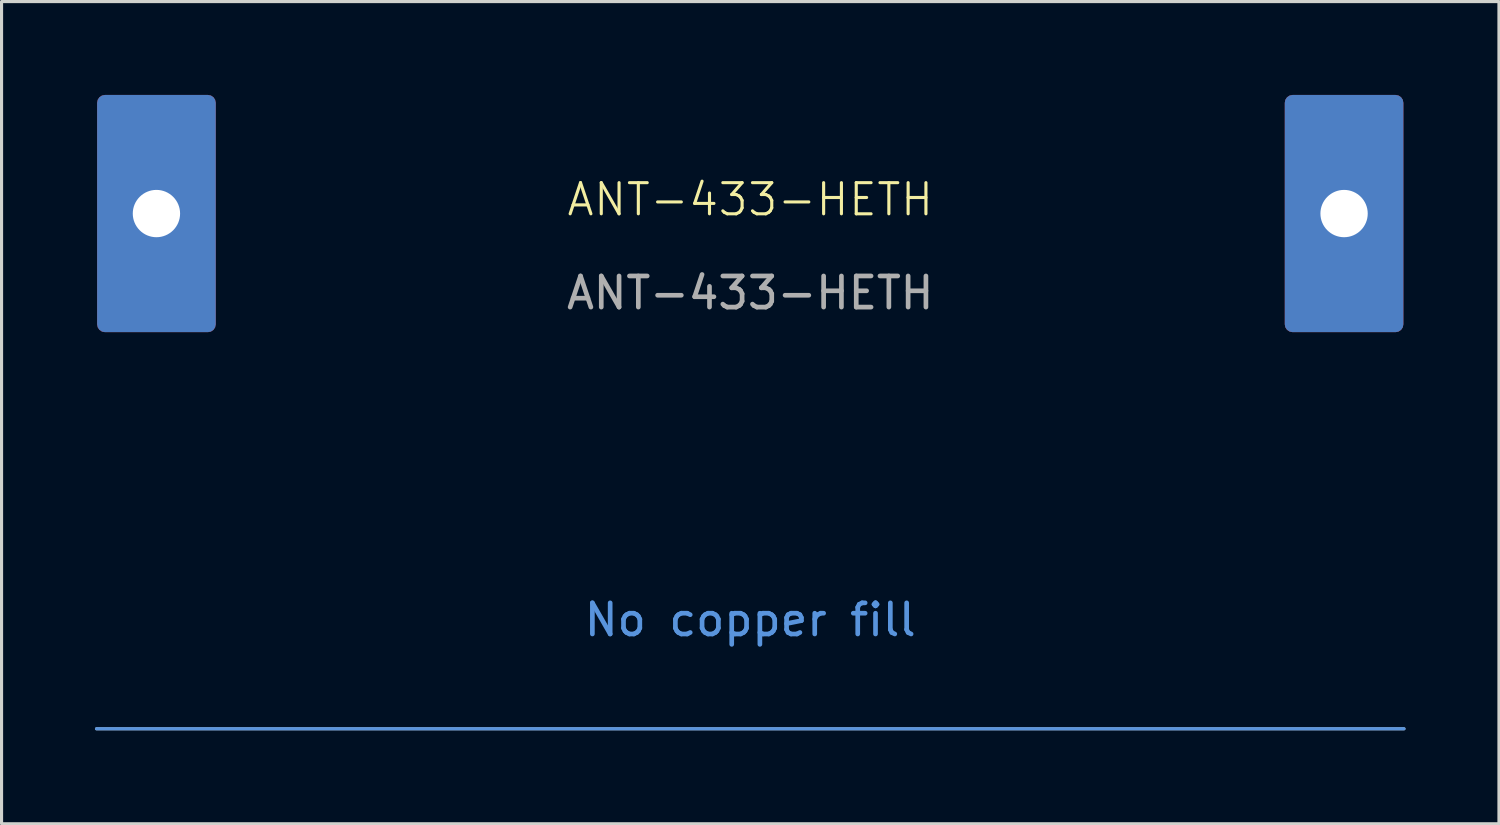
<source format=kicad_pcb>
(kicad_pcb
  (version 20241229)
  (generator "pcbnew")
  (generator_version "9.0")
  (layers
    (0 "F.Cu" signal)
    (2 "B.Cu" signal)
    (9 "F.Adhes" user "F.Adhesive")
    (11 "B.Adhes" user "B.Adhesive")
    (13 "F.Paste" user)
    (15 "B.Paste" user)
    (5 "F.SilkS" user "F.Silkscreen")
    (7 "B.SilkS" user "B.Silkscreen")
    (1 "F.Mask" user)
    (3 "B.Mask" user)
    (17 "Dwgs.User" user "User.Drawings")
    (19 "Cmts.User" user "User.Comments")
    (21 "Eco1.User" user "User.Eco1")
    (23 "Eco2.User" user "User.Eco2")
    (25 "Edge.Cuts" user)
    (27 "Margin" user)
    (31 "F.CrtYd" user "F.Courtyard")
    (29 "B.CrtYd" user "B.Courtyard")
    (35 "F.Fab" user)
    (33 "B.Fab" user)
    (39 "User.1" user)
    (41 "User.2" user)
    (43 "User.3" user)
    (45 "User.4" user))
  (footprint "ANT-433-HETH"
    (layer "F.Cu")
    (at 21.05 3.86)
    (property "Reference" "ANT-433-HETH" (at 0 -0.5 0) (unlocked yes) (layer "F.SilkS") (effects (font (size 1 1) (thickness 0.1))))
    (attr through_hole)
    (fp_line (start -21 16.5) (end 21 16.5) (stroke (width 0.1) (type default)) (layer "Cmts.User"))
    (fp_line (start -21 16.5) (end 21 16.5) (stroke (width 0.1) (type default)) (layer "F.Fab"))
    (fp_text user "No copper fill" (at 0 13 0) (unlocked yes) (layer "Cmts.User") (effects (font (size 1 1) (thickness 0.15))))
    (fp_text user "${REFERENCE}" (at 0 2.5 0) (unlocked yes) (layer "F.Fab") (effects (font (size 1 1) (thickness 0.15))))
    (pad "1" thru_hole roundrect (at -19.075 -0.05) (size 3.81 7.62) (drill 1.52) (layers "*.Cu" "*.Mask") (roundrect_rratio 0.066))
    (pad "2" thru_hole roundrect (at 19.075 -0.05) (size 3.81 7.62) (drill 1.52) (layers "*.Cu" "*.Mask") (roundrect_rratio 0.066)))
  (gr_rect
    (start -3 -3)
    (end 45.1 23.41)
    (stroke (width 0.1) (type default))
    (fill no)
    (layer "Edge.Cuts")))
</source>
